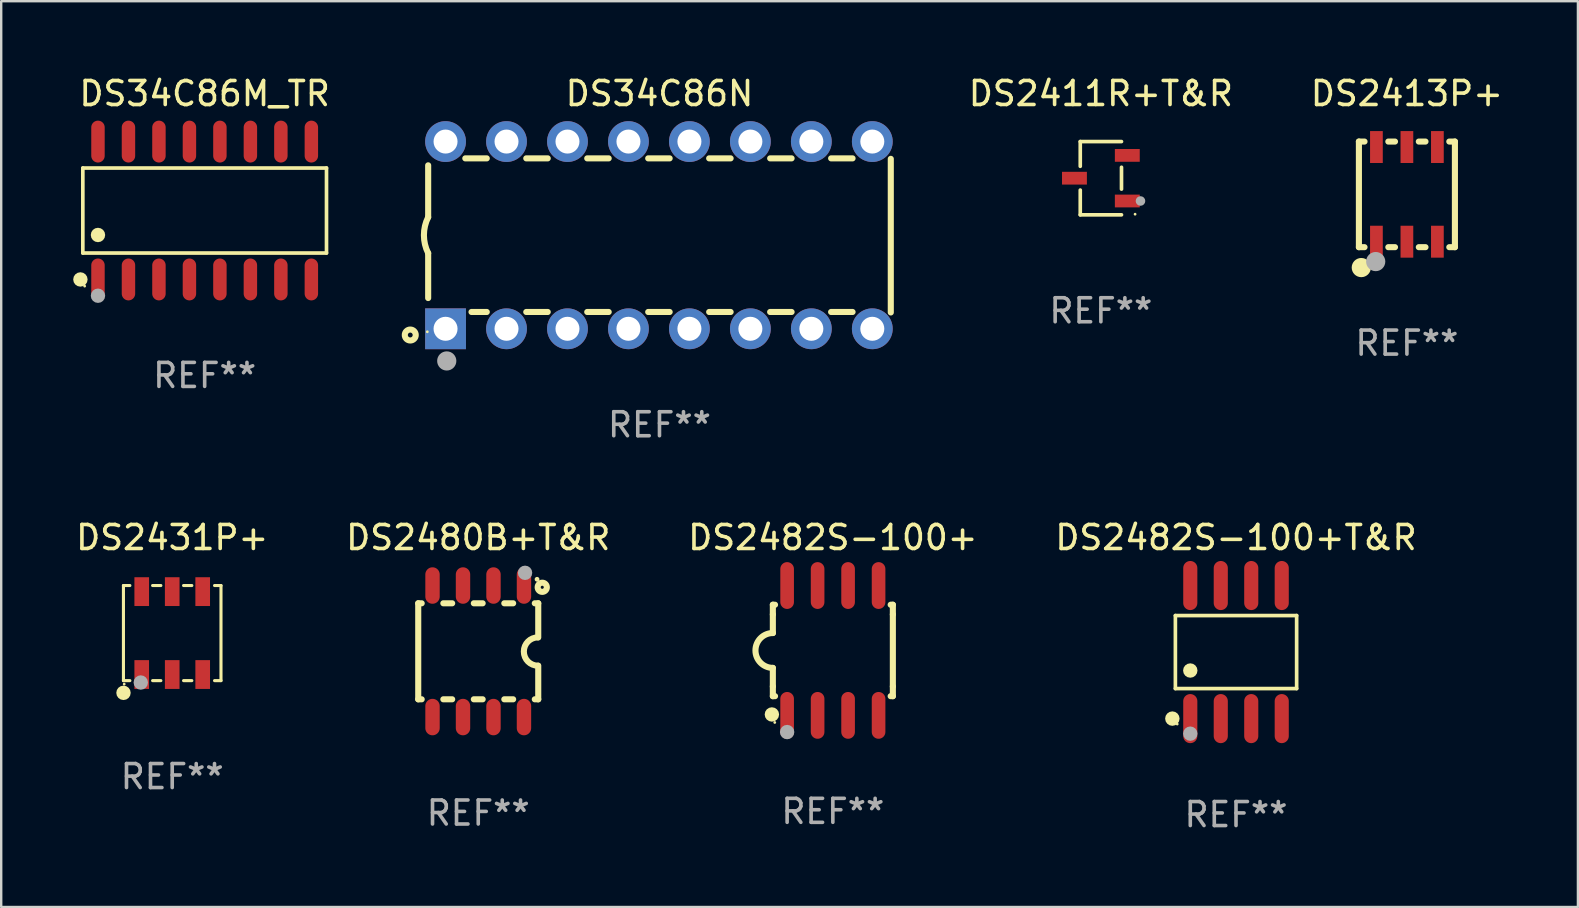
<source format=kicad_pcb>
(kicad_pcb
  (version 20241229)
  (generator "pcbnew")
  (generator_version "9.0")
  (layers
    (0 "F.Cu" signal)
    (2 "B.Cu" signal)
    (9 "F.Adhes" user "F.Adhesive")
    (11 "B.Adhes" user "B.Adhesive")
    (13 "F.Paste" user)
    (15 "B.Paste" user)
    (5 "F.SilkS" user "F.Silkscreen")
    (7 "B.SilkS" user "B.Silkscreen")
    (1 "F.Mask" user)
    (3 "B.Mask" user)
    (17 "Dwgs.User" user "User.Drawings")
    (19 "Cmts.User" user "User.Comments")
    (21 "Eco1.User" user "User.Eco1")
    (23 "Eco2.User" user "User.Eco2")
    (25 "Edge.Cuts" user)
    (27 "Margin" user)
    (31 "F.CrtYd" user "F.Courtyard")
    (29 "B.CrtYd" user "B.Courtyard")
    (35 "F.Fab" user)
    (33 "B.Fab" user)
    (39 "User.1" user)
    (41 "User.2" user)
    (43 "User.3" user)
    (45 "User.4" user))
  (footprint "DS2413P+"
    (layer "F.Cu")
    (at 55.566 5.048)
    (property "Reference" "DS2413P+" (at 0 -4.2 0) (layer "F.SilkS") (effects (font (size 1 1) (thickness 0.15))))
    (attr through_hole)
    (fp_line (start -2 -2.2) (end -2 2.2) (stroke (width 0.254) (type solid)) (layer "F.SilkS"))
    (fp_line (start -2 2.2) (end -1.766 2.2) (stroke (width 0.254) (type solid)) (layer "F.SilkS"))
    (fp_line (start -1.766 -2.2) (end -2 -2.2) (stroke (width 0.254) (type solid)) (layer "F.SilkS"))
    (fp_line (start -0.774 2.2) (end -0.496 2.2) (stroke (width 0.254) (type solid)) (layer "F.SilkS"))
    (fp_line (start -0.496 -2.2) (end -0.774 -2.2) (stroke (width 0.254) (type solid)) (layer "F.SilkS"))
    (fp_line (start 0.496 2.2) (end 0.774 2.2) (stroke (width 0.254) (type solid)) (layer "F.SilkS"))
    (fp_line (start 0.774 -2.2) (end 0.496 -2.2) (stroke (width 0.254) (type solid)) (layer "F.SilkS"))
    (fp_line (start 1.766 2.2) (end 2 2.2) (stroke (width 0.254) (type solid)) (layer "F.SilkS"))
    (fp_line (start 2 -2.2) (end 1.766 -2.2) (stroke (width 0.254) (type solid)) (layer "F.SilkS"))
    (fp_line (start 2 2.2) (end 2 -2.2) (stroke (width 0.254) (type solid)) (layer "F.SilkS"))
    (fp_circle (center -1.965 2.148) (end -1.935 2.148) (stroke (width 0.06) (type solid)) (fill no) (layer "F.SilkS"))
    (fp_circle (center -1.9 3.05) (end -1.7 3.05) (stroke (width 0.4) (type solid)) (fill no) (layer "F.SilkS"))
    (fp_circle (center -1.3 2.8) (end -1.1 2.8) (stroke (width 0.4) (type solid)) (fill no) (layer "F.Fab"))
    (fp_text user "REF**" (at 0 6.2 0) (layer "F.Fab") (effects (font (size 1 1) (thickness 0.15))))
    (pad "1" smd rect (at -1.27 1.972) (size 0.53 1.33) (layers "F.Cu" "F.Mask" "F.Paste"))
    (pad "2" smd rect (at 0 1.972) (size 0.53 1.33) (layers "F.Cu" "F.Mask" "F.Paste"))
    (pad "3" smd rect (at 1.27 1.972) (size 0.53 1.33) (layers "F.Cu" "F.Mask" "F.Paste"))
    (pad "4" smd rect (at 1.27 -1.972) (size 0.53 1.33) (layers "F.Cu" "F.Mask" "F.Paste"))
    (pad "5" smd rect (at 0 -1.972) (size 0.53 1.33) (layers "F.Cu" "F.Mask" "F.Paste"))
    (pad "6" smd rect (at -1.27 -1.972) (size 0.53 1.33) (layers "F.Cu" "F.Mask" "F.Paste")))
  (footprint "DS34C86M_TR"
    (layer "F.Cu")
    (at 5.477 5.721)
    (property "Reference" "DS34C86M_TR" (at 0 -4.872 0) (layer "F.SilkS") (effects (font (size 1 1) (thickness 0.15))))
    (attr through_hole)
    (fp_line (start -5.076 -1.771) (end 5.076 -1.771) (stroke (width 0.152) (type solid)) (layer "F.SilkS"))
    (fp_line (start -5.076 1.771) (end -5.076 -1.771) (stroke (width 0.152) (type solid)) (layer "F.SilkS"))
    (fp_line (start 5.076 -1.771) (end 5.076 1.771) (stroke (width 0.152) (type solid)) (layer "F.SilkS"))
    (fp_line (start 5.076 1.771) (end -5.076 1.771) (stroke (width 0.152) (type solid)) (layer "F.SilkS"))
    (fp_circle (center -5.177 2.872) (end -5.027 2.872) (stroke (width 0.3) (type solid)) (fill no) (layer "F.SilkS"))
    (fp_circle (center -5 3.15) (end -4.97 3.15) (stroke (width 0.06) (type solid)) (fill no) (layer "F.SilkS"))
    (fp_circle (center -4.445 1.019) (end -4.295 1.019) (stroke (width 0.3) (type solid)) (fill no) (layer "F.SilkS"))
    (fp_circle (center -4.445 3.55) (end -4.295 3.55) (stroke (width 0.3) (type solid)) (fill no) (layer "F.Fab"))
    (fp_text user "REF**" (at 0 6.872 0) (layer "F.Fab") (effects (font (size 1 1) (thickness 0.15))))
    (pad "1" smd oval (at -4.445 2.872) (size 0.56 1.745) (layers "F.Cu" "F.Mask" "F.Paste"))
    (pad "2" smd oval (at -3.175 2.872) (size 0.56 1.745) (layers "F.Cu" "F.Mask" "F.Paste"))
    (pad "3" smd oval (at -1.905 2.872) (size 0.56 1.745) (layers "F.Cu" "F.Mask" "F.Paste"))
    (pad "4" smd oval (at -0.635 2.872) (size 0.56 1.745) (layers "F.Cu" "F.Mask" "F.Paste"))
    (pad "5" smd oval (at 0.635 2.872) (size 0.56 1.745) (layers "F.Cu" "F.Mask" "F.Paste"))
    (pad "6" smd oval (at 1.905 2.872) (size 0.56 1.745) (layers "F.Cu" "F.Mask" "F.Paste"))
    (pad "7" smd oval (at 3.175 2.872) (size 0.56 1.745) (layers "F.Cu" "F.Mask" "F.Paste"))
    (pad "8" smd oval (at 4.445 2.872) (size 0.56 1.745) (layers "F.Cu" "F.Mask" "F.Paste"))
    (pad "9" smd oval (at 4.445 -2.872) (size 0.56 1.745) (layers "F.Cu" "F.Mask" "F.Paste"))
    (pad "10" smd oval (at 3.175 -2.872) (size 0.56 1.745) (layers "F.Cu" "F.Mask" "F.Paste"))
    (pad "11" smd oval (at 1.905 -2.872) (size 0.56 1.745) (layers "F.Cu" "F.Mask" "F.Paste"))
    (pad "12" smd oval (at 0.635 -2.872) (size 0.56 1.745) (layers "F.Cu" "F.Mask" "F.Paste"))
    (pad "13" smd oval (at -0.635 -2.872) (size 0.56 1.745) (layers "F.Cu" "F.Mask" "F.Paste"))
    (pad "14" smd oval (at -1.905 -2.872) (size 0.56 1.745) (layers "F.Cu" "F.Mask" "F.Paste"))
    (pad "15" smd oval (at -3.175 -2.872) (size 0.56 1.745) (layers "F.Cu" "F.Mask" "F.Paste"))
    (pad "16" smd oval (at -4.445 -2.872) (size 0.56 1.745) (layers "F.Cu" "F.Mask" "F.Paste")))
  (footprint "DS34C86N"
    (layer "F.Cu")
    (at 24.426 6.748)
    (property "Reference" "DS34C86N" (at 0 -5.9 0) (layer "F.SilkS") (effects (font (size 1 1) (thickness 0.15))))
    (attr through_hole)
    (fp_line (start -9.637 -0.749) (end -9.637 -2.91) (stroke (width 0.254) (type solid)) (layer "F.SilkS"))
    (fp_line (start -9.637 0.749) (end -9.637 2.62) (stroke (width 0.254) (type solid)) (layer "F.SilkS"))
    (fp_line (start -8.09 -3.2) (end -7.196 -3.2) (stroke (width 0.254) (type solid)) (layer "F.SilkS"))
    (fp_line (start -7.832 3.2) (end -7.196 3.2) (stroke (width 0.254) (type solid)) (layer "F.SilkS"))
    (fp_line (start -5.55 3.2) (end -4.656 3.2) (stroke (width 0.254) (type solid)) (layer "F.SilkS"))
    (fp_line (start -5.55 -3.2) (end -4.656 -3.2) (stroke (width 0.254) (type solid)) (layer "F.SilkS"))
    (fp_line (start -3.01 3.2) (end -2.116 3.2) (stroke (width 0.254) (type solid)) (layer "F.SilkS"))
    (fp_line (start -3.01 -3.2) (end -2.116 -3.2) (stroke (width 0.254) (type solid)) (layer "F.SilkS"))
    (fp_line (start -0.47 3.2) (end 0.424 3.2) (stroke (width 0.254) (type solid)) (layer "F.SilkS"))
    (fp_line (start -0.47 -3.2) (end 0.424 -3.2) (stroke (width 0.254) (type solid)) (layer "F.SilkS"))
    (fp_line (start 2.07 3.2) (end 2.964 3.2) (stroke (width 0.254) (type solid)) (layer "F.SilkS"))
    (fp_line (start 2.07 -3.2) (end 2.964 -3.2) (stroke (width 0.254) (type solid)) (layer "F.SilkS"))
    (fp_line (start 4.61 3.2) (end 5.504 3.2) (stroke (width 0.254) (type solid)) (layer "F.SilkS"))
    (fp_line (start 4.611 -3.2) (end 5.504 -3.2) (stroke (width 0.254) (type solid)) (layer "F.SilkS"))
    (fp_line (start 7.15 3.2) (end 8.044 3.2) (stroke (width 0.254) (type solid)) (layer "F.SilkS"))
    (fp_line (start 7.151 -3.2) (end 8.044 -3.2) (stroke (width 0.254) (type solid)) (layer "F.SilkS"))
    (fp_line (start 9.637 -3.18) (end 9.637 3.22) (stroke (width 0.254) (type solid)) (layer "F.SilkS"))
    (fp_arc (start -9.637326 0.749403) (mid -9.814244 0.000003) (end -9.637351 -0.749403) (stroke (width 0.254001) (type solid)) (layer "F.SilkS"))
    (fp_circle (center -10.383 4.16) (end -10.282 4.16) (stroke (width 0.254) (type solid)) (fill no) (layer "F.SilkS"))
    (fp_circle (center -9.673 4.025) (end -9.643 4.025) (stroke (width 0.06) (type solid)) (fill no) (layer "F.SilkS"))
    (fp_circle (center -8.863 5.24) (end -8.663 5.24) (stroke (width 0.4) (type solid)) (fill no) (layer "F.Fab"))
    (fp_text user "REF**" (at 0 7.9 0) (layer "F.Fab") (effects (font (size 1 1) (thickness 0.15))))
    (pad "1" thru_hole rect (at -8.913 3.9) (size 1.7 1.7) (drill 1) (layers "*.Cu" "*.Mask"))
    (pad "2" thru_hole circle (at -6.373 3.9) (size 1.7 1.7) (drill 1) (layers "*.Cu" "*.Mask"))
    (pad "3" thru_hole circle (at -3.833 3.9) (size 1.7 1.7) (drill 1) (layers "*.Cu" "*.Mask"))
    (pad "4" thru_hole circle (at -1.293 3.9) (size 1.7 1.7) (drill 1) (layers "*.Cu" "*.Mask"))
    (pad "5" thru_hole circle (at 1.247 3.9) (size 1.7 1.7) (drill 1) (layers "*.Cu" "*.Mask"))
    (pad "6" thru_hole circle (at 3.787 3.9) (size 1.7 1.7) (drill 1) (layers "*.Cu" "*.Mask"))
    (pad "7" thru_hole circle (at 6.327 3.9) (size 1.7 1.7) (drill 1) (layers "*.Cu" "*.Mask"))
    (pad "8" thru_hole circle (at 8.867 3.9) (size 1.7 1.7) (drill 1) (layers "*.Cu" "*.Mask"))
    (pad "9" thru_hole circle (at 8.867 -3.9) (size 1.7 1.7) (drill 1) (layers "*.Cu" "*.Mask"))
    (pad "10" thru_hole circle (at 6.327 -3.9) (size 1.7 1.7) (drill 1) (layers "*.Cu" "*.Mask"))
    (pad "11" thru_hole circle (at 3.787 -3.9) (size 1.7 1.7) (drill 1) (layers "*.Cu" "*.Mask"))
    (pad "12" thru_hole circle (at 1.247 -3.9) (size 1.7 1.7) (drill 1) (layers "*.Cu" "*.Mask"))
    (pad "13" thru_hole circle (at -1.293 -3.9) (size 1.7 1.7) (drill 1) (layers "*.Cu" "*.Mask"))
    (pad "14" thru_hole circle (at -3.833 -3.9) (size 1.7 1.7) (drill 1) (layers "*.Cu" "*.Mask"))
    (pad "15" thru_hole circle (at -6.373 -3.9) (size 1.7 1.7) (drill 1) (layers "*.Cu" "*.Mask"))
    (pad "16" thru_hole circle (at -8.913 -3.9) (size 1.7 1.7) (drill 1) (layers "*.Cu" "*.Mask")))
  (footprint "DS2480B+T&R"
    (layer "F.Cu")
    (at 16.875 24.085)
    (property "Reference" "DS2480B+T&R" (at 0 -4.74 0) (layer "F.SilkS") (effects (font (size 1 1) (thickness 0.15))))
    (attr through_hole)
    (fp_line (start -2.5 2) (end -2.5 -2) (stroke (width 0.254) (type solid)) (layer "F.SilkS"))
    (fp_line (start -2.356 -2) (end -2.5 -2) (stroke (width 0.254) (type solid)) (layer "F.SilkS"))
    (fp_line (start -2.356 2) (end -2.5 2) (stroke (width 0.254) (type solid)) (layer "F.SilkS"))
    (fp_line (start -1.086 -2) (end -1.454 -2) (stroke (width 0.254) (type solid)) (layer "F.SilkS"))
    (fp_line (start -1.086 2) (end -1.454 2) (stroke (width 0.254) (type solid)) (layer "F.SilkS"))
    (fp_line (start 0.184 -2) (end -0.184 -2) (stroke (width 0.254) (type solid)) (layer "F.SilkS"))
    (fp_line (start 0.184 2) (end -0.184 2) (stroke (width 0.254) (type solid)) (layer "F.SilkS"))
    (fp_line (start 1.454 -2) (end 1.086 -2) (stroke (width 0.254) (type solid)) (layer "F.SilkS"))
    (fp_line (start 1.454 2) (end 1.086 2) (stroke (width 0.254) (type solid)) (layer "F.SilkS"))
    (fp_line (start 2.5 -2) (end 2.356 -2) (stroke (width 0.254) (type solid)) (layer "F.SilkS"))
    (fp_line (start 2.5 -0.58) (end 2.5 -2) (stroke (width 0.254) (type solid)) (layer "F.SilkS"))
    (fp_line (start 2.5 2) (end 2.356 2) (stroke (width 0.254) (type solid)) (layer "F.SilkS"))
    (fp_line (start 2.5 2) (end 2.5 0.6) (stroke (width 0.254) (type solid)) (layer "F.SilkS"))
    (fp_arc (start 2.489992 0.600051) (mid 1.901674 0.010046) (end 2.489992 -0.579959) (stroke (width 0.254001) (type solid)) (layer "F.SilkS"))
    (fp_circle (center 2.45 -3) (end 2.5 -3) (stroke (width 0.1) (type solid)) (fill no) (layer "F.SilkS"))
    (fp_circle (center 2.667 -2.667) (end 2.858 -2.667) (stroke (width 0.254) (type solid)) (fill no) (layer "F.SilkS"))
    (fp_circle (center 1.95 -3.27) (end 2.1 -3.27) (stroke (width 0.3) (type solid)) (fill no) (layer "F.Fab"))
    (fp_text user "REF**" (at 0 6.74 0) (layer "F.Fab") (effects (font (size 1 1) (thickness 0.15))))
    (pad "1" smd oval (at 1.905 -2.74) (size 0.6 1.52) (layers "F.Cu" "F.Mask" "F.Paste"))
    (pad "2" smd oval (at 0.635 -2.74) (size 0.6 1.52) (layers "F.Cu" "F.Mask" "F.Paste"))
    (pad "3" smd oval (at -0.635 -2.74) (size 0.6 1.52) (layers "F.Cu" "F.Mask" "F.Paste"))
    (pad "4" smd oval (at -1.905 -2.74) (size 0.6 1.52) (layers "F.Cu" "F.Mask" "F.Paste"))
    (pad "5" smd oval (at -1.905 2.74) (size 0.6 1.52) (layers "F.Cu" "F.Mask" "F.Paste"))
    (pad "6" smd oval (at -0.635 2.74) (size 0.6 1.52) (layers "F.Cu" "F.Mask" "F.Paste"))
    (pad "7" smd oval (at 0.635 2.74) (size 0.6 1.52) (layers "F.Cu" "F.Mask" "F.Paste"))
    (pad "8" smd oval (at 1.905 2.74) (size 0.6 1.52) (layers "F.Cu" "F.Mask" "F.Paste")))
  (footprint "DS2482S-100+T&R"
    (layer "F.Cu")
    (at 48.446 24.117)
    (property "Reference" "DS2482S-100+T&R" (at 0 -4.772 0) (layer "F.SilkS") (effects (font (size 1 1) (thickness 0.15))))
    (attr through_hole)
    (fp_line (start -2.526 -1.521) (end 2.526 -1.521) (stroke (width 0.152) (type solid)) (layer "F.SilkS"))
    (fp_line (start -2.526 1.521) (end -2.526 -1.521) (stroke (width 0.152) (type solid)) (layer "F.SilkS"))
    (fp_line (start 2.526 -1.521) (end 2.526 1.521) (stroke (width 0.152) (type solid)) (layer "F.SilkS"))
    (fp_line (start 2.526 1.521) (end -2.526 1.521) (stroke (width 0.152) (type solid)) (layer "F.SilkS"))
    (fp_circle (center -2.652 2.772) (end -2.501 2.772) (stroke (width 0.3) (type solid)) (fill no) (layer "F.SilkS"))
    (fp_circle (center -2.45 3) (end -2.42 3) (stroke (width 0.06) (type solid)) (fill no) (layer "F.SilkS"))
    (fp_circle (center -1.905 0.769) (end -1.755 0.769) (stroke (width 0.3) (type solid)) (fill no) (layer "F.SilkS"))
    (fp_circle (center -1.905 3.4) (end -1.755 3.4) (stroke (width 0.3) (type solid)) (fill no) (layer "F.Fab"))
    (fp_text user "REF**" (at 0 6.772 0) (layer "F.Fab") (effects (font (size 1 1) (thickness 0.15))))
    (pad "1" smd oval (at -1.905 2.772) (size 0.588 2.045) (layers "F.Cu" "F.Mask" "F.Paste"))
    (pad "2" smd oval (at -0.635 2.772) (size 0.588 2.045) (layers "F.Cu" "F.Mask" "F.Paste"))
    (pad "3" smd oval (at 0.635 2.772) (size 0.588 2.045) (layers "F.Cu" "F.Mask" "F.Paste"))
    (pad "4" smd oval (at 1.905 2.772) (size 0.588 2.045) (layers "F.Cu" "F.Mask" "F.Paste"))
    (pad "5" smd oval (at 1.905 -2.772) (size 0.588 2.045) (layers "F.Cu" "F.Mask" "F.Paste"))
    (pad "6" smd oval (at 0.635 -2.772) (size 0.588 2.045) (layers "F.Cu" "F.Mask" "F.Paste"))
    (pad "7" smd oval (at -0.635 -2.772) (size 0.588 2.045) (layers "F.Cu" "F.Mask" "F.Paste"))
    (pad "8" smd oval (at -1.905 -2.772) (size 0.588 2.045) (layers "F.Cu" "F.Mask" "F.Paste")))
  (footprint "DS2482S-100+"
    (layer "F.Cu")
    (at 31.649 24.05)
    (property "Reference" "DS2482S-100+" (at 0 -4.705 0) (layer "F.SilkS") (effects (font (size 1 1) (thickness 0.15))))
    (attr through_hole)
    (fp_line (start -2.5 -1.905) (end -2.409 -1.905) (stroke (width 0.254) (type solid)) (layer "F.SilkS"))
    (fp_line (start -2.5 -1.5) (end -2.5 -1.905) (stroke (width 0.254) (type solid)) (layer "F.SilkS"))
    (fp_line (start -2.5 -1.5) (end -2.5 -0.726) (stroke (width 0.254) (type solid)) (layer "F.SilkS"))
    (fp_line (start -2.5 1.5) (end -2.5 0.727) (stroke (width 0.254) (type solid)) (layer "F.SilkS"))
    (fp_line (start -2.5 1.5) (end -2.5 1.905) (stroke (width 0.254) (type solid)) (layer "F.SilkS"))
    (fp_line (start -2.5 1.905) (end -2.409 1.905) (stroke (width 0.254) (type solid)) (layer "F.SilkS"))
    (fp_line (start 2.5 -1.905) (end 2.409 -1.905) (stroke (width 0.254) (type solid)) (layer "F.SilkS"))
    (fp_line (start 2.5 -1.5) (end 2.5 -1.905) (stroke (width 0.254) (type solid)) (layer "F.SilkS"))
    (fp_line (start 2.5 -1.5) (end 2.5 1.5) (stroke (width 0.254) (type solid)) (layer "F.SilkS"))
    (fp_line (start 2.5 1.5) (end 2.5 1.905) (stroke (width 0.254) (type solid)) (layer "F.SilkS"))
    (fp_line (start 2.5 1.905) (end 2.409 1.905) (stroke (width 0.254) (type solid)) (layer "F.SilkS"))
    (fp_arc (start -2.5 0.726568) (mid -3.220316 -0.0023) (end -2.495097 -0.726289) (stroke (width 0.254001) (type solid)) (layer "F.SilkS"))
    (fp_circle (center -2.54 2.667) (end -2.39 2.667) (stroke (width 0.3) (type solid)) (fill no) (layer "F.SilkS"))
    (fp_circle (center -2.42 3) (end -2.39 3) (stroke (width 0.06) (type solid)) (fill no) (layer "F.SilkS"))
    (fp_circle (center -1.905 3.4) (end -1.755 3.4) (stroke (width 0.3) (type solid)) (fill no) (layer "F.Fab"))
    (fp_text user "REF**" (at 0 6.705 0) (layer "F.Fab") (effects (font (size 1 1) (thickness 0.15))))
    (pad "1" smd oval (at -1.905 2.705) (size 0.568 1.95) (layers "F.Cu" "F.Mask" "F.Paste"))
    (pad "2" smd oval (at -0.635 2.705) (size 0.568 1.95) (layers "F.Cu" "F.Mask" "F.Paste"))
    (pad "3" smd oval (at 0.635 2.705) (size 0.568 1.95) (layers "F.Cu" "F.Mask" "F.Paste"))
    (pad "4" smd oval (at 1.905 2.705) (size 0.568 1.95) (layers "F.Cu" "F.Mask" "F.Paste"))
    (pad "5" smd oval (at 1.905 -2.705) (size 0.568 1.95) (layers "F.Cu" "F.Mask" "F.Paste"))
    (pad "6" smd oval (at 0.635 -2.705) (size 0.568 1.95) (layers "F.Cu" "F.Mask" "F.Paste"))
    (pad "7" smd oval (at -0.635 -2.705) (size 0.568 1.95) (layers "F.Cu" "F.Mask" "F.Paste"))
    (pad "8" smd oval (at -1.905 -2.705) (size 0.568 1.95) (layers "F.Cu" "F.Mask" "F.Paste")))
  (footprint "DS2411R+T&R"
    (layer "F.Cu")
    (at 42.816 4.374)
    (property "Reference" "DS2411R+T&R" (at 0 -3.526 0) (layer "F.SilkS") (effects (font (size 1 1) (thickness 0.15))))
    (attr through_hole)
    (fp_line (start -0.859 -1.526) (end -0.859 -0.495) (stroke (width 0.152) (type solid)) (layer "F.SilkS"))
    (fp_line (start -0.859 1.526) (end -0.859 0.495) (stroke (width 0.152) (type solid)) (layer "F.SilkS"))
    (fp_line (start 0.859 -1.526) (end -0.859 -1.526) (stroke (width 0.152) (type solid)) (layer "F.SilkS"))
    (fp_line (start 0.859 -0.455) (end 0.859 0.455) (stroke (width 0.152) (type solid)) (layer "F.SilkS"))
    (fp_line (start 0.859 1.526) (end -0.859 1.526) (stroke (width 0.152) (type solid)) (layer "F.SilkS"))
    (fp_circle (center 1.425 1.5) (end 1.455 1.5) (stroke (width 0.06) (type solid)) (fill no) (layer "F.SilkS"))
    (fp_circle (center 1.65 0.95) (end 1.75 0.95) (stroke (width 0.2) (type solid)) (fill no) (layer "F.Fab"))
    (fp_text user "REF**" (at 0 5.526 0) (layer "F.Fab") (effects (font (size 1 1) (thickness 0.15))))
    (pad "1" smd rect (at 1.101 0.95) (size 1.037 0.532) (layers "F.Cu" "F.Mask" "F.Paste"))
    (pad "2" smd rect (at 1.101 -0.95) (size 1.037 0.532) (layers "F.Cu" "F.Mask" "F.Paste"))
    (pad "3" smd rect (at -1.101 0) (size 1.037 0.532) (layers "F.Cu" "F.Mask" "F.Paste")))
  (footprint "DS2431P+"
    (layer "F.Cu")
    (at 4.125 23.326)
    (property "Reference" "DS2431P+" (at 0 -3.981 0) (layer "F.SilkS") (effects (font (size 1 1) (thickness 0.15))))
    (attr through_hole)
    (fp_line (start -2.032 -1.981) (end -2.032 1.981) (stroke (width 0.129) (type solid)) (layer "F.SilkS"))
    (fp_line (start -1.764 -1.981) (end -2.032 -1.981) (stroke (width 0.129) (type solid)) (layer "F.SilkS"))
    (fp_line (start -1.764 1.981) (end -2.032 1.981) (stroke (width 0.129) (type solid)) (layer "F.SilkS"))
    (fp_line (start -0.473 -1.981) (end -0.817 -1.981) (stroke (width 0.129) (type solid)) (layer "F.SilkS"))
    (fp_line (start -0.473 1.981) (end -0.817 1.981) (stroke (width 0.129) (type solid)) (layer "F.SilkS"))
    (fp_line (start 0.817 -1.981) (end 0.473 -1.981) (stroke (width 0.129) (type solid)) (layer "F.SilkS"))
    (fp_line (start 0.817 1.981) (end 0.473 1.981) (stroke (width 0.129) (type solid)) (layer "F.SilkS"))
    (fp_line (start 2.032 -1.981) (end 1.764 -1.981) (stroke (width 0.129) (type solid)) (layer "F.SilkS"))
    (fp_line (start 2.032 1.981) (end 1.764 1.981) (stroke (width 0.129) (type solid)) (layer "F.SilkS"))
    (fp_line (start 2.032 1.981) (end 2.032 -1.981) (stroke (width 0.129) (type solid)) (layer "F.SilkS"))
    (fp_circle (center -2.03 2.49) (end -1.88 2.49) (stroke (width 0.3) (type solid)) (fill no) (layer "F.SilkS"))
    (fp_circle (center -2 2.127) (end -1.97 2.127) (stroke (width 0.06) (type solid)) (fill no) (layer "F.SilkS"))
    (fp_circle (center -1.31 2.06) (end -1.16 2.06) (stroke (width 0.3) (type solid)) (fill no) (layer "F.Fab"))
    (fp_text user "REF**" (at 0 5.981 0) (layer "F.Fab") (effects (font (size 1 1) (thickness 0.15))))
    (pad "1" smd rect (at -1.27 1.727) (size 0.61 1.2) (layers "F.Cu" "F.Mask" "F.Paste"))
    (pad "2" smd rect (at 0 1.727) (size 0.61 1.2) (layers "F.Cu" "F.Mask" "F.Paste"))
    (pad "3" smd rect (at 1.27 1.727) (size 0.61 1.2) (layers "F.Cu" "F.Mask" "F.Paste"))
    (pad "4" smd rect (at 1.27 -1.727) (size 0.61 1.2) (layers "F.Cu" "F.Mask" "F.Paste"))
    (pad "5" smd rect (at 0 -1.727) (size 0.61 1.2) (layers "F.Cu" "F.Mask" "F.Paste"))
    (pad "6" smd rect (at -1.27 -1.727) (size 0.61 1.2) (layers "F.Cu" "F.Mask" "F.Paste")))
  (gr_rect
    (start -3 -3)
    (end 62.691 34.738)
    (stroke (width 0.1) (type default))
    (fill no)
    (layer "Edge.Cuts")))
</source>
